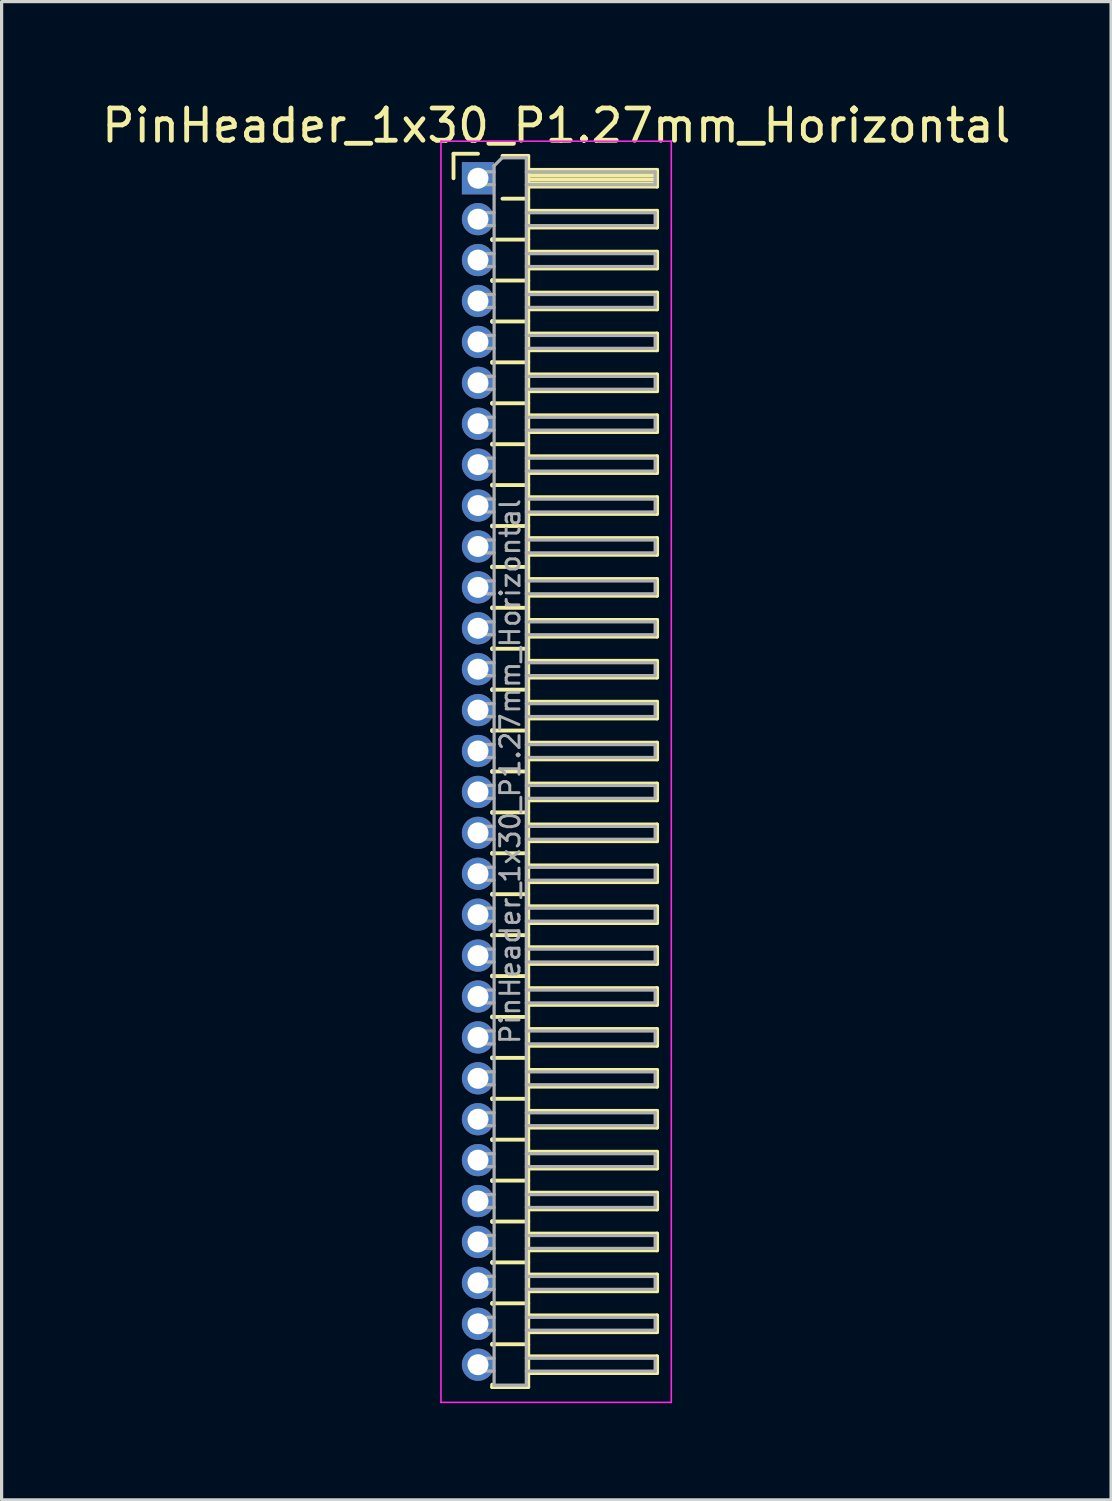
<source format=kicad_pcb>
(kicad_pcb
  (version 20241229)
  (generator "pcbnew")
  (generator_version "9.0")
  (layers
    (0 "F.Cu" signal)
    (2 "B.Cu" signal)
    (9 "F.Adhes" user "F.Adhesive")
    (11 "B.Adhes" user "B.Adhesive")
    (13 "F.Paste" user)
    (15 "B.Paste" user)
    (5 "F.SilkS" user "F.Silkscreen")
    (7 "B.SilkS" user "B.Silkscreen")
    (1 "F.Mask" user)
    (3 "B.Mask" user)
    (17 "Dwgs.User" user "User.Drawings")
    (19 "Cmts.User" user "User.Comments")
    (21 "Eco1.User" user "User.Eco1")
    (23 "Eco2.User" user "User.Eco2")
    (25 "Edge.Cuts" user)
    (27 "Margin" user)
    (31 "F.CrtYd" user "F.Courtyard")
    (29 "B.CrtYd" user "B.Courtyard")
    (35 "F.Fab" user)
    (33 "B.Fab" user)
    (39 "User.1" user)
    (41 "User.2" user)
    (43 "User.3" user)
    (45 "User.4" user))
  (footprint "PinHeader_1x30_P1.27mm_Horizontal"
    (layer "F.Cu")
    (at 11.788 2.483)
    (property "Reference" "PinHeader_1x30_P1.27mm_Horizontal" (at 2.433 -1.635 0) (layer "F.SilkS") (effects (font (size 1 1) (thickness 0.15))))
    (attr through_hole)
    (fp_line (start -0.76 -0.76) (end 0 -0.76) (stroke (width 0.12) (type solid)) (layer "F.SilkS"))
    (fp_line (start -0.76 0) (end -0.76 -0.76) (stroke (width 0.12) (type solid)) (layer "F.SilkS"))
    (fp_line (start 0.44 1.89) (end 0.44 1.92) (stroke (width 0.12) (type solid)) (layer "F.SilkS"))
    (fp_line (start 0.44 1.905) (end 1.56 1.905) (stroke (width 0.12) (type solid)) (layer "F.SilkS"))
    (fp_line (start 0.44 3.16) (end 0.44 3.19) (stroke (width 0.12) (type solid)) (layer "F.SilkS"))
    (fp_line (start 0.44 3.175) (end 1.56 3.175) (stroke (width 0.12) (type solid)) (layer "F.SilkS"))
    (fp_line (start 0.44 4.43) (end 0.44 4.46) (stroke (width 0.12) (type solid)) (layer "F.SilkS"))
    (fp_line (start 0.44 4.445) (end 1.56 4.445) (stroke (width 0.12) (type solid)) (layer "F.SilkS"))
    (fp_line (start 0.44 5.7) (end 0.44 5.73) (stroke (width 0.12) (type solid)) (layer "F.SilkS"))
    (fp_line (start 0.44 5.715) (end 1.56 5.715) (stroke (width 0.12) (type solid)) (layer "F.SilkS"))
    (fp_line (start 0.44 6.97) (end 0.44 7) (stroke (width 0.12) (type solid)) (layer "F.SilkS"))
    (fp_line (start 0.44 6.985) (end 1.56 6.985) (stroke (width 0.12) (type solid)) (layer "F.SilkS"))
    (fp_line (start 0.44 8.24) (end 0.44 8.27) (stroke (width 0.12) (type solid)) (layer "F.SilkS"))
    (fp_line (start 0.44 8.255) (end 1.56 8.255) (stroke (width 0.12) (type solid)) (layer "F.SilkS"))
    (fp_line (start 0.44 9.51) (end 0.44 9.54) (stroke (width 0.12) (type solid)) (layer "F.SilkS"))
    (fp_line (start 0.44 9.525) (end 1.56 9.525) (stroke (width 0.12) (type solid)) (layer "F.SilkS"))
    (fp_line (start 0.44 10.78) (end 0.44 10.81) (stroke (width 0.12) (type solid)) (layer "F.SilkS"))
    (fp_line (start 0.44 10.795) (end 1.56 10.795) (stroke (width 0.12) (type solid)) (layer "F.SilkS"))
    (fp_line (start 0.44 12.05) (end 0.44 12.08) (stroke (width 0.12) (type solid)) (layer "F.SilkS"))
    (fp_line (start 0.44 12.065) (end 1.56 12.065) (stroke (width 0.12) (type solid)) (layer "F.SilkS"))
    (fp_line (start 0.44 13.32) (end 0.44 13.35) (stroke (width 0.12) (type solid)) (layer "F.SilkS"))
    (fp_line (start 0.44 13.335) (end 1.56 13.335) (stroke (width 0.12) (type solid)) (layer "F.SilkS"))
    (fp_line (start 0.44 14.59) (end 0.44 14.62) (stroke (width 0.12) (type solid)) (layer "F.SilkS"))
    (fp_line (start 0.44 14.605) (end 1.56 14.605) (stroke (width 0.12) (type solid)) (layer "F.SilkS"))
    (fp_line (start 0.44 15.86) (end 0.44 15.89) (stroke (width 0.12) (type solid)) (layer "F.SilkS"))
    (fp_line (start 0.44 15.875) (end 1.56 15.875) (stroke (width 0.12) (type solid)) (layer "F.SilkS"))
    (fp_line (start 0.44 17.13) (end 0.44 17.16) (stroke (width 0.12) (type solid)) (layer "F.SilkS"))
    (fp_line (start 0.44 17.145) (end 1.56 17.145) (stroke (width 0.12) (type solid)) (layer "F.SilkS"))
    (fp_line (start 0.44 18.4) (end 0.44 18.43) (stroke (width 0.12) (type solid)) (layer "F.SilkS"))
    (fp_line (start 0.44 18.415) (end 1.56 18.415) (stroke (width 0.12) (type solid)) (layer "F.SilkS"))
    (fp_line (start 0.44 19.67) (end 0.44 19.7) (stroke (width 0.12) (type solid)) (layer "F.SilkS"))
    (fp_line (start 0.44 19.685) (end 1.56 19.685) (stroke (width 0.12) (type solid)) (layer "F.SilkS"))
    (fp_line (start 0.44 20.94) (end 0.44 20.97) (stroke (width 0.12) (type solid)) (layer "F.SilkS"))
    (fp_line (start 0.44 20.955) (end 1.56 20.955) (stroke (width 0.12) (type solid)) (layer "F.SilkS"))
    (fp_line (start 0.44 22.21) (end 0.44 22.24) (stroke (width 0.12) (type solid)) (layer "F.SilkS"))
    (fp_line (start 0.44 22.225) (end 1.56 22.225) (stroke (width 0.12) (type solid)) (layer "F.SilkS"))
    (fp_line (start 0.44 23.48) (end 0.44 23.51) (stroke (width 0.12) (type solid)) (layer "F.SilkS"))
    (fp_line (start 0.44 23.495) (end 1.56 23.495) (stroke (width 0.12) (type solid)) (layer "F.SilkS"))
    (fp_line (start 0.44 24.75) (end 0.44 24.78) (stroke (width 0.12) (type solid)) (layer "F.SilkS"))
    (fp_line (start 0.44 24.765) (end 1.56 24.765) (stroke (width 0.12) (type solid)) (layer "F.SilkS"))
    (fp_line (start 0.44 26.02) (end 0.44 26.05) (stroke (width 0.12) (type solid)) (layer "F.SilkS"))
    (fp_line (start 0.44 26.035) (end 1.56 26.035) (stroke (width 0.12) (type solid)) (layer "F.SilkS"))
    (fp_line (start 0.44 27.29) (end 0.44 27.32) (stroke (width 0.12) (type solid)) (layer "F.SilkS"))
    (fp_line (start 0.44 27.305) (end 1.56 27.305) (stroke (width 0.12) (type solid)) (layer "F.SilkS"))
    (fp_line (start 0.44 28.56) (end 0.44 28.59) (stroke (width 0.12) (type solid)) (layer "F.SilkS"))
    (fp_line (start 0.44 28.575) (end 1.56 28.575) (stroke (width 0.12) (type solid)) (layer "F.SilkS"))
    (fp_line (start 0.44 29.83) (end 0.44 29.86) (stroke (width 0.12) (type solid)) (layer "F.SilkS"))
    (fp_line (start 0.44 29.845) (end 1.56 29.845) (stroke (width 0.12) (type solid)) (layer "F.SilkS"))
    (fp_line (start 0.44 31.1) (end 0.44 31.13) (stroke (width 0.12) (type solid)) (layer "F.SilkS"))
    (fp_line (start 0.44 31.115) (end 1.56 31.115) (stroke (width 0.12) (type solid)) (layer "F.SilkS"))
    (fp_line (start 0.44 32.37) (end 0.44 32.4) (stroke (width 0.12) (type solid)) (layer "F.SilkS"))
    (fp_line (start 0.44 32.385) (end 1.56 32.385) (stroke (width 0.12) (type solid)) (layer "F.SilkS"))
    (fp_line (start 0.44 33.64) (end 0.44 33.67) (stroke (width 0.12) (type solid)) (layer "F.SilkS"))
    (fp_line (start 0.44 33.655) (end 1.56 33.655) (stroke (width 0.12) (type solid)) (layer "F.SilkS"))
    (fp_line (start 0.44 34.91) (end 0.44 34.94) (stroke (width 0.12) (type solid)) (layer "F.SilkS"))
    (fp_line (start 0.44 34.925) (end 1.56 34.925) (stroke (width 0.12) (type solid)) (layer "F.SilkS"))
    (fp_line (start 0.44 36.18) (end 0.44 36.21) (stroke (width 0.12) (type solid)) (layer "F.SilkS"))
    (fp_line (start 0.44 36.195) (end 1.56 36.195) (stroke (width 0.12) (type solid)) (layer "F.SilkS"))
    (fp_line (start 0.44 37.525) (end 0.44 37.45) (stroke (width 0.12) (type solid)) (layer "F.SilkS"))
    (fp_line (start 0.76 -0.695) (end 1.56 -0.695) (stroke (width 0.12) (type solid)) (layer "F.SilkS"))
    (fp_line (start 0.76 0.635) (end 1.56 0.635) (stroke (width 0.12) (type solid)) (layer "F.SilkS"))
    (fp_line (start 1.56 -0.695) (end 1.56 37.525) (stroke (width 0.12) (type solid)) (layer "F.SilkS"))
    (fp_line (start 1.56 -0.26) (end 5.56 -0.26) (stroke (width 0.12) (type solid)) (layer "F.SilkS"))
    (fp_line (start 1.56 -0.2) (end 5.56 -0.2) (stroke (width 0.12) (type solid)) (layer "F.SilkS"))
    (fp_line (start 1.56 -0.08) (end 5.56 -0.08) (stroke (width 0.12) (type solid)) (layer "F.SilkS"))
    (fp_line (start 1.56 0.04) (end 5.56 0.04) (stroke (width 0.12) (type solid)) (layer "F.SilkS"))
    (fp_line (start 1.56 0.16) (end 5.56 0.16) (stroke (width 0.12) (type solid)) (layer "F.SilkS"))
    (fp_line (start 1.56 1.01) (end 5.56 1.01) (stroke (width 0.12) (type solid)) (layer "F.SilkS"))
    (fp_line (start 1.56 2.28) (end 5.56 2.28) (stroke (width 0.12) (type solid)) (layer "F.SilkS"))
    (fp_line (start 1.56 3.55) (end 5.56 3.55) (stroke (width 0.12) (type solid)) (layer "F.SilkS"))
    (fp_line (start 1.56 4.82) (end 5.56 4.82) (stroke (width 0.12) (type solid)) (layer "F.SilkS"))
    (fp_line (start 1.56 6.09) (end 5.56 6.09) (stroke (width 0.12) (type solid)) (layer "F.SilkS"))
    (fp_line (start 1.56 7.36) (end 5.56 7.36) (stroke (width 0.12) (type solid)) (layer "F.SilkS"))
    (fp_line (start 1.56 8.63) (end 5.56 8.63) (stroke (width 0.12) (type solid)) (layer "F.SilkS"))
    (fp_line (start 1.56 9.9) (end 5.56 9.9) (stroke (width 0.12) (type solid)) (layer "F.SilkS"))
    (fp_line (start 1.56 11.17) (end 5.56 11.17) (stroke (width 0.12) (type solid)) (layer "F.SilkS"))
    (fp_line (start 1.56 12.44) (end 5.56 12.44) (stroke (width 0.12) (type solid)) (layer "F.SilkS"))
    (fp_line (start 1.56 13.71) (end 5.56 13.71) (stroke (width 0.12) (type solid)) (layer "F.SilkS"))
    (fp_line (start 1.56 14.98) (end 5.56 14.98) (stroke (width 0.12) (type solid)) (layer "F.SilkS"))
    (fp_line (start 1.56 16.25) (end 5.56 16.25) (stroke (width 0.12) (type solid)) (layer "F.SilkS"))
    (fp_line (start 1.56 17.52) (end 5.56 17.52) (stroke (width 0.12) (type solid)) (layer "F.SilkS"))
    (fp_line (start 1.56 18.79) (end 5.56 18.79) (stroke (width 0.12) (type solid)) (layer "F.SilkS"))
    (fp_line (start 1.56 20.06) (end 5.56 20.06) (stroke (width 0.12) (type solid)) (layer "F.SilkS"))
    (fp_line (start 1.56 21.33) (end 5.56 21.33) (stroke (width 0.12) (type solid)) (layer "F.SilkS"))
    (fp_line (start 1.56 22.6) (end 5.56 22.6) (stroke (width 0.12) (type solid)) (layer "F.SilkS"))
    (fp_line (start 1.56 23.87) (end 5.56 23.87) (stroke (width 0.12) (type solid)) (layer "F.SilkS"))
    (fp_line (start 1.56 25.14) (end 5.56 25.14) (stroke (width 0.12) (type solid)) (layer "F.SilkS"))
    (fp_line (start 1.56 26.41) (end 5.56 26.41) (stroke (width 0.12) (type solid)) (layer "F.SilkS"))
    (fp_line (start 1.56 27.68) (end 5.56 27.68) (stroke (width 0.12) (type solid)) (layer "F.SilkS"))
    (fp_line (start 1.56 28.95) (end 5.56 28.95) (stroke (width 0.12) (type solid)) (layer "F.SilkS"))
    (fp_line (start 1.56 30.22) (end 5.56 30.22) (stroke (width 0.12) (type solid)) (layer "F.SilkS"))
    (fp_line (start 1.56 31.49) (end 5.56 31.49) (stroke (width 0.12) (type solid)) (layer "F.SilkS"))
    (fp_line (start 1.56 32.76) (end 5.56 32.76) (stroke (width 0.12) (type solid)) (layer "F.SilkS"))
    (fp_line (start 1.56 34.03) (end 5.56 34.03) (stroke (width 0.12) (type solid)) (layer "F.SilkS"))
    (fp_line (start 1.56 35.3) (end 5.56 35.3) (stroke (width 0.12) (type solid)) (layer "F.SilkS"))
    (fp_line (start 1.56 36.57) (end 5.56 36.57) (stroke (width 0.12) (type solid)) (layer "F.SilkS"))
    (fp_line (start 1.56 37.525) (end 0.44 37.525) (stroke (width 0.12) (type solid)) (layer "F.SilkS"))
    (fp_line (start 5.56 -0.26) (end 5.56 0.26) (stroke (width 0.12) (type solid)) (layer "F.SilkS"))
    (fp_line (start 5.56 0.26) (end 1.56 0.26) (stroke (width 0.12) (type solid)) (layer "F.SilkS"))
    (fp_line (start 5.56 1.01) (end 5.56 1.53) (stroke (width 0.12) (type solid)) (layer "F.SilkS"))
    (fp_line (start 5.56 1.53) (end 1.56 1.53) (stroke (width 0.12) (type solid)) (layer "F.SilkS"))
    (fp_line (start 5.56 2.28) (end 5.56 2.8) (stroke (width 0.12) (type solid)) (layer "F.SilkS"))
    (fp_line (start 5.56 2.8) (end 1.56 2.8) (stroke (width 0.12) (type solid)) (layer "F.SilkS"))
    (fp_line (start 5.56 3.55) (end 5.56 4.07) (stroke (width 0.12) (type solid)) (layer "F.SilkS"))
    (fp_line (start 5.56 4.07) (end 1.56 4.07) (stroke (width 0.12) (type solid)) (layer "F.SilkS"))
    (fp_line (start 5.56 4.82) (end 5.56 5.34) (stroke (width 0.12) (type solid)) (layer "F.SilkS"))
    (fp_line (start 5.56 5.34) (end 1.56 5.34) (stroke (width 0.12) (type solid)) (layer "F.SilkS"))
    (fp_line (start 5.56 6.09) (end 5.56 6.61) (stroke (width 0.12) (type solid)) (layer "F.SilkS"))
    (fp_line (start 5.56 6.61) (end 1.56 6.61) (stroke (width 0.12) (type solid)) (layer "F.SilkS"))
    (fp_line (start 5.56 7.36) (end 5.56 7.88) (stroke (width 0.12) (type solid)) (layer "F.SilkS"))
    (fp_line (start 5.56 7.88) (end 1.56 7.88) (stroke (width 0.12) (type solid)) (layer "F.SilkS"))
    (fp_line (start 5.56 8.63) (end 5.56 9.15) (stroke (width 0.12) (type solid)) (layer "F.SilkS"))
    (fp_line (start 5.56 9.15) (end 1.56 9.15) (stroke (width 0.12) (type solid)) (layer "F.SilkS"))
    (fp_line (start 5.56 9.9) (end 5.56 10.42) (stroke (width 0.12) (type solid)) (layer "F.SilkS"))
    (fp_line (start 5.56 10.42) (end 1.56 10.42) (stroke (width 0.12) (type solid)) (layer "F.SilkS"))
    (fp_line (start 5.56 11.17) (end 5.56 11.69) (stroke (width 0.12) (type solid)) (layer "F.SilkS"))
    (fp_line (start 5.56 11.69) (end 1.56 11.69) (stroke (width 0.12) (type solid)) (layer "F.SilkS"))
    (fp_line (start 5.56 12.44) (end 5.56 12.96) (stroke (width 0.12) (type solid)) (layer "F.SilkS"))
    (fp_line (start 5.56 12.96) (end 1.56 12.96) (stroke (width 0.12) (type solid)) (layer "F.SilkS"))
    (fp_line (start 5.56 13.71) (end 5.56 14.23) (stroke (width 0.12) (type solid)) (layer "F.SilkS"))
    (fp_line (start 5.56 14.23) (end 1.56 14.23) (stroke (width 0.12) (type solid)) (layer "F.SilkS"))
    (fp_line (start 5.56 14.98) (end 5.56 15.5) (stroke (width 0.12) (type solid)) (layer "F.SilkS"))
    (fp_line (start 5.56 15.5) (end 1.56 15.5) (stroke (width 0.12) (type solid)) (layer "F.SilkS"))
    (fp_line (start 5.56 16.25) (end 5.56 16.77) (stroke (width 0.12) (type solid)) (layer "F.SilkS"))
    (fp_line (start 5.56 16.77) (end 1.56 16.77) (stroke (width 0.12) (type solid)) (layer "F.SilkS"))
    (fp_line (start 5.56 17.52) (end 5.56 18.04) (stroke (width 0.12) (type solid)) (layer "F.SilkS"))
    (fp_line (start 5.56 18.04) (end 1.56 18.04) (stroke (width 0.12) (type solid)) (layer "F.SilkS"))
    (fp_line (start 5.56 18.79) (end 5.56 19.31) (stroke (width 0.12) (type solid)) (layer "F.SilkS"))
    (fp_line (start 5.56 19.31) (end 1.56 19.31) (stroke (width 0.12) (type solid)) (layer "F.SilkS"))
    (fp_line (start 5.56 20.06) (end 5.56 20.58) (stroke (width 0.12) (type solid)) (layer "F.SilkS"))
    (fp_line (start 5.56 20.58) (end 1.56 20.58) (stroke (width 0.12) (type solid)) (layer "F.SilkS"))
    (fp_line (start 5.56 21.33) (end 5.56 21.85) (stroke (width 0.12) (type solid)) (layer "F.SilkS"))
    (fp_line (start 5.56 21.85) (end 1.56 21.85) (stroke (width 0.12) (type solid)) (layer "F.SilkS"))
    (fp_line (start 5.56 22.6) (end 5.56 23.12) (stroke (width 0.12) (type solid)) (layer "F.SilkS"))
    (fp_line (start 5.56 23.12) (end 1.56 23.12) (stroke (width 0.12) (type solid)) (layer "F.SilkS"))
    (fp_line (start 5.56 23.87) (end 5.56 24.39) (stroke (width 0.12) (type solid)) (layer "F.SilkS"))
    (fp_line (start 5.56 24.39) (end 1.56 24.39) (stroke (width 0.12) (type solid)) (layer "F.SilkS"))
    (fp_line (start 5.56 25.14) (end 5.56 25.66) (stroke (width 0.12) (type solid)) (layer "F.SilkS"))
    (fp_line (start 5.56 25.66) (end 1.56 25.66) (stroke (width 0.12) (type solid)) (layer "F.SilkS"))
    (fp_line (start 5.56 26.41) (end 5.56 26.93) (stroke (width 0.12) (type solid)) (layer "F.SilkS"))
    (fp_line (start 5.56 26.93) (end 1.56 26.93) (stroke (width 0.12) (type solid)) (layer "F.SilkS"))
    (fp_line (start 5.56 27.68) (end 5.56 28.2) (stroke (width 0.12) (type solid)) (layer "F.SilkS"))
    (fp_line (start 5.56 28.2) (end 1.56 28.2) (stroke (width 0.12) (type solid)) (layer "F.SilkS"))
    (fp_line (start 5.56 28.95) (end 5.56 29.47) (stroke (width 0.12) (type solid)) (layer "F.SilkS"))
    (fp_line (start 5.56 29.47) (end 1.56 29.47) (stroke (width 0.12) (type solid)) (layer "F.SilkS"))
    (fp_line (start 5.56 30.22) (end 5.56 30.74) (stroke (width 0.12) (type solid)) (layer "F.SilkS"))
    (fp_line (start 5.56 30.74) (end 1.56 30.74) (stroke (width 0.12) (type solid)) (layer "F.SilkS"))
    (fp_line (start 5.56 31.49) (end 5.56 32.01) (stroke (width 0.12) (type solid)) (layer "F.SilkS"))
    (fp_line (start 5.56 32.01) (end 1.56 32.01) (stroke (width 0.12) (type solid)) (layer "F.SilkS"))
    (fp_line (start 5.56 32.76) (end 5.56 33.28) (stroke (width 0.12) (type solid)) (layer "F.SilkS"))
    (fp_line (start 5.56 33.28) (end 1.56 33.28) (stroke (width 0.12) (type solid)) (layer "F.SilkS"))
    (fp_line (start 5.56 34.03) (end 5.56 34.55) (stroke (width 0.12) (type solid)) (layer "F.SilkS"))
    (fp_line (start 5.56 34.55) (end 1.56 34.55) (stroke (width 0.12) (type solid)) (layer "F.SilkS"))
    (fp_line (start 5.56 35.3) (end 5.56 35.82) (stroke (width 0.12) (type solid)) (layer "F.SilkS"))
    (fp_line (start 5.56 35.82) (end 1.56 35.82) (stroke (width 0.12) (type solid)) (layer "F.SilkS"))
    (fp_line (start 5.56 36.57) (end 5.56 37.09) (stroke (width 0.12) (type solid)) (layer "F.SilkS"))
    (fp_line (start 5.56 37.09) (end 1.56 37.09) (stroke (width 0.12) (type solid)) (layer "F.SilkS"))
    (fp_line (start -1.15 -1.15) (end -1.15 38) (stroke (width 0.05) (type solid)) (layer "F.CrtYd"))
    (fp_line (start -1.15 38) (end 6 38) (stroke (width 0.05) (type solid)) (layer "F.CrtYd"))
    (fp_line (start 6 -1.15) (end -1.15 -1.15) (stroke (width 0.05) (type solid)) (layer "F.CrtYd"))
    (fp_line (start 6 38) (end 6 -1.15) (stroke (width 0.05) (type solid)) (layer "F.CrtYd"))
    (fp_line (start -0.2 -0.2) (end -0.2 0.2) (stroke (width 0.1) (type solid)) (layer "F.Fab"))
    (fp_line (start -0.2 -0.2) (end 0.5 -0.2) (stroke (width 0.1) (type solid)) (layer "F.Fab"))
    (fp_line (start -0.2 0.2) (end 0.5 0.2) (stroke (width 0.1) (type solid)) (layer "F.Fab"))
    (fp_line (start -0.2 1.07) (end -0.2 1.47) (stroke (width 0.1) (type solid)) (layer "F.Fab"))
    (fp_line (start -0.2 1.07) (end 0.5 1.07) (stroke (width 0.1) (type solid)) (layer "F.Fab"))
    (fp_line (start -0.2 1.47) (end 0.5 1.47) (stroke (width 0.1) (type solid)) (layer "F.Fab"))
    (fp_line (start -0.2 2.34) (end -0.2 2.74) (stroke (width 0.1) (type solid)) (layer "F.Fab"))
    (fp_line (start -0.2 2.34) (end 0.5 2.34) (stroke (width 0.1) (type solid)) (layer "F.Fab"))
    (fp_line (start -0.2 2.74) (end 0.5 2.74) (stroke (width 0.1) (type solid)) (layer "F.Fab"))
    (fp_line (start -0.2 3.61) (end -0.2 4.01) (stroke (width 0.1) (type solid)) (layer "F.Fab"))
    (fp_line (start -0.2 3.61) (end 0.5 3.61) (stroke (width 0.1) (type solid)) (layer "F.Fab"))
    (fp_line (start -0.2 4.01) (end 0.5 4.01) (stroke (width 0.1) (type solid)) (layer "F.Fab"))
    (fp_line (start -0.2 4.88) (end -0.2 5.28) (stroke (width 0.1) (type solid)) (layer "F.Fab"))
    (fp_line (start -0.2 4.88) (end 0.5 4.88) (stroke (width 0.1) (type solid)) (layer "F.Fab"))
    (fp_line (start -0.2 5.28) (end 0.5 5.28) (stroke (width 0.1) (type solid)) (layer "F.Fab"))
    (fp_line (start -0.2 6.15) (end -0.2 6.55) (stroke (width 0.1) (type solid)) (layer "F.Fab"))
    (fp_line (start -0.2 6.15) (end 0.5 6.15) (stroke (width 0.1) (type solid)) (layer "F.Fab"))
    (fp_line (start -0.2 6.55) (end 0.5 6.55) (stroke (width 0.1) (type solid)) (layer "F.Fab"))
    (fp_line (start -0.2 7.42) (end -0.2 7.82) (stroke (width 0.1) (type solid)) (layer "F.Fab"))
    (fp_line (start -0.2 7.42) (end 0.5 7.42) (stroke (width 0.1) (type solid)) (layer "F.Fab"))
    (fp_line (start -0.2 7.82) (end 0.5 7.82) (stroke (width 0.1) (type solid)) (layer "F.Fab"))
    (fp_line (start -0.2 8.69) (end -0.2 9.09) (stroke (width 0.1) (type solid)) (layer "F.Fab"))
    (fp_line (start -0.2 8.69) (end 0.5 8.69) (stroke (width 0.1) (type solid)) (layer "F.Fab"))
    (fp_line (start -0.2 9.09) (end 0.5 9.09) (stroke (width 0.1) (type solid)) (layer "F.Fab"))
    (fp_line (start -0.2 9.96) (end -0.2 10.36) (stroke (width 0.1) (type solid)) (layer "F.Fab"))
    (fp_line (start -0.2 9.96) (end 0.5 9.96) (stroke (width 0.1) (type solid)) (layer "F.Fab"))
    (fp_line (start -0.2 10.36) (end 0.5 10.36) (stroke (width 0.1) (type solid)) (layer "F.Fab"))
    (fp_line (start -0.2 11.23) (end -0.2 11.63) (stroke (width 0.1) (type solid)) (layer "F.Fab"))
    (fp_line (start -0.2 11.23) (end 0.5 11.23) (stroke (width 0.1) (type solid)) (layer "F.Fab"))
    (fp_line (start -0.2 11.63) (end 0.5 11.63) (stroke (width 0.1) (type solid)) (layer "F.Fab"))
    (fp_line (start -0.2 12.5) (end -0.2 12.9) (stroke (width 0.1) (type solid)) (layer "F.Fab"))
    (fp_line (start -0.2 12.5) (end 0.5 12.5) (stroke (width 0.1) (type solid)) (layer "F.Fab"))
    (fp_line (start -0.2 12.9) (end 0.5 12.9) (stroke (width 0.1) (type solid)) (layer "F.Fab"))
    (fp_line (start -0.2 13.77) (end -0.2 14.17) (stroke (width 0.1) (type solid)) (layer "F.Fab"))
    (fp_line (start -0.2 13.77) (end 0.5 13.77) (stroke (width 0.1) (type solid)) (layer "F.Fab"))
    (fp_line (start -0.2 14.17) (end 0.5 14.17) (stroke (width 0.1) (type solid)) (layer "F.Fab"))
    (fp_line (start -0.2 15.04) (end -0.2 15.44) (stroke (width 0.1) (type solid)) (layer "F.Fab"))
    (fp_line (start -0.2 15.04) (end 0.5 15.04) (stroke (width 0.1) (type solid)) (layer "F.Fab"))
    (fp_line (start -0.2 15.44) (end 0.5 15.44) (stroke (width 0.1) (type solid)) (layer "F.Fab"))
    (fp_line (start -0.2 16.31) (end -0.2 16.71) (stroke (width 0.1) (type solid)) (layer "F.Fab"))
    (fp_line (start -0.2 16.31) (end 0.5 16.31) (stroke (width 0.1) (type solid)) (layer "F.Fab"))
    (fp_line (start -0.2 16.71) (end 0.5 16.71) (stroke (width 0.1) (type solid)) (layer "F.Fab"))
    (fp_line (start -0.2 17.58) (end -0.2 17.98) (stroke (width 0.1) (type solid)) (layer "F.Fab"))
    (fp_line (start -0.2 17.58) (end 0.5 17.58) (stroke (width 0.1) (type solid)) (layer "F.Fab"))
    (fp_line (start -0.2 17.98) (end 0.5 17.98) (stroke (width 0.1) (type solid)) (layer "F.Fab"))
    (fp_line (start -0.2 18.85) (end -0.2 19.25) (stroke (width 0.1) (type solid)) (layer "F.Fab"))
    (fp_line (start -0.2 18.85) (end 0.5 18.85) (stroke (width 0.1) (type solid)) (layer "F.Fab"))
    (fp_line (start -0.2 19.25) (end 0.5 19.25) (stroke (width 0.1) (type solid)) (layer "F.Fab"))
    (fp_line (start -0.2 20.12) (end -0.2 20.52) (stroke (width 0.1) (type solid)) (layer "F.Fab"))
    (fp_line (start -0.2 20.12) (end 0.5 20.12) (stroke (width 0.1) (type solid)) (layer "F.Fab"))
    (fp_line (start -0.2 20.52) (end 0.5 20.52) (stroke (width 0.1) (type solid)) (layer "F.Fab"))
    (fp_line (start -0.2 21.39) (end -0.2 21.79) (stroke (width 0.1) (type solid)) (layer "F.Fab"))
    (fp_line (start -0.2 21.39) (end 0.5 21.39) (stroke (width 0.1) (type solid)) (layer "F.Fab"))
    (fp_line (start -0.2 21.79) (end 0.5 21.79) (stroke (width 0.1) (type solid)) (layer "F.Fab"))
    (fp_line (start -0.2 22.66) (end -0.2 23.06) (stroke (width 0.1) (type solid)) (layer "F.Fab"))
    (fp_line (start -0.2 22.66) (end 0.5 22.66) (stroke (width 0.1) (type solid)) (layer "F.Fab"))
    (fp_line (start -0.2 23.06) (end 0.5 23.06) (stroke (width 0.1) (type solid)) (layer "F.Fab"))
    (fp_line (start -0.2 23.93) (end -0.2 24.33) (stroke (width 0.1) (type solid)) (layer "F.Fab"))
    (fp_line (start -0.2 23.93) (end 0.5 23.93) (stroke (width 0.1) (type solid)) (layer "F.Fab"))
    (fp_line (start -0.2 24.33) (end 0.5 24.33) (stroke (width 0.1) (type solid)) (layer "F.Fab"))
    (fp_line (start -0.2 25.2) (end -0.2 25.6) (stroke (width 0.1) (type solid)) (layer "F.Fab"))
    (fp_line (start -0.2 25.2) (end 0.5 25.2) (stroke (width 0.1) (type solid)) (layer "F.Fab"))
    (fp_line (start -0.2 25.6) (end 0.5 25.6) (stroke (width 0.1) (type solid)) (layer "F.Fab"))
    (fp_line (start -0.2 26.47) (end -0.2 26.87) (stroke (width 0.1) (type solid)) (layer "F.Fab"))
    (fp_line (start -0.2 26.47) (end 0.5 26.47) (stroke (width 0.1) (type solid)) (layer "F.Fab"))
    (fp_line (start -0.2 26.87) (end 0.5 26.87) (stroke (width 0.1) (type solid)) (layer "F.Fab"))
    (fp_line (start -0.2 27.74) (end -0.2 28.14) (stroke (width 0.1) (type solid)) (layer "F.Fab"))
    (fp_line (start -0.2 27.74) (end 0.5 27.74) (stroke (width 0.1) (type solid)) (layer "F.Fab"))
    (fp_line (start -0.2 28.14) (end 0.5 28.14) (stroke (width 0.1) (type solid)) (layer "F.Fab"))
    (fp_line (start -0.2 29.01) (end -0.2 29.41) (stroke (width 0.1) (type solid)) (layer "F.Fab"))
    (fp_line (start -0.2 29.01) (end 0.5 29.01) (stroke (width 0.1) (type solid)) (layer "F.Fab"))
    (fp_line (start -0.2 29.41) (end 0.5 29.41) (stroke (width 0.1) (type solid)) (layer "F.Fab"))
    (fp_line (start -0.2 30.28) (end -0.2 30.68) (stroke (width 0.1) (type solid)) (layer "F.Fab"))
    (fp_line (start -0.2 30.28) (end 0.5 30.28) (stroke (width 0.1) (type solid)) (layer "F.Fab"))
    (fp_line (start -0.2 30.68) (end 0.5 30.68) (stroke (width 0.1) (type solid)) (layer "F.Fab"))
    (fp_line (start -0.2 31.55) (end -0.2 31.95) (stroke (width 0.1) (type solid)) (layer "F.Fab"))
    (fp_line (start -0.2 31.55) (end 0.5 31.55) (stroke (width 0.1) (type solid)) (layer "F.Fab"))
    (fp_line (start -0.2 31.95) (end 0.5 31.95) (stroke (width 0.1) (type solid)) (layer "F.Fab"))
    (fp_line (start -0.2 32.82) (end -0.2 33.22) (stroke (width 0.1) (type solid)) (layer "F.Fab"))
    (fp_line (start -0.2 32.82) (end 0.5 32.82) (stroke (width 0.1) (type solid)) (layer "F.Fab"))
    (fp_line (start -0.2 33.22) (end 0.5 33.22) (stroke (width 0.1) (type solid)) (layer "F.Fab"))
    (fp_line (start -0.2 34.09) (end -0.2 34.49) (stroke (width 0.1) (type solid)) (layer "F.Fab"))
    (fp_line (start -0.2 34.09) (end 0.5 34.09) (stroke (width 0.1) (type solid)) (layer "F.Fab"))
    (fp_line (start -0.2 34.49) (end 0.5 34.49) (stroke (width 0.1) (type solid)) (layer "F.Fab"))
    (fp_line (start -0.2 35.36) (end -0.2 35.76) (stroke (width 0.1) (type solid)) (layer "F.Fab"))
    (fp_line (start -0.2 35.36) (end 0.5 35.36) (stroke (width 0.1) (type solid)) (layer "F.Fab"))
    (fp_line (start -0.2 35.76) (end 0.5 35.76) (stroke (width 0.1) (type solid)) (layer "F.Fab"))
    (fp_line (start -0.2 36.63) (end -0.2 37.03) (stroke (width 0.1) (type solid)) (layer "F.Fab"))
    (fp_line (start -0.2 36.63) (end 0.5 36.63) (stroke (width 0.1) (type solid)) (layer "F.Fab"))
    (fp_line (start -0.2 37.03) (end 0.5 37.03) (stroke (width 0.1) (type solid)) (layer "F.Fab"))
    (fp_line (start 0.5 -0.385) (end 0.75 -0.635) (stroke (width 0.1) (type solid)) (layer "F.Fab"))
    (fp_line (start 0.5 37.465) (end 0.5 -0.385) (stroke (width 0.1) (type solid)) (layer "F.Fab"))
    (fp_line (start 0.75 -0.635) (end 1.5 -0.635) (stroke (width 0.1) (type solid)) (layer "F.Fab"))
    (fp_line (start 1.5 -0.635) (end 1.5 37.465) (stroke (width 0.1) (type solid)) (layer "F.Fab"))
    (fp_line (start 1.5 -0.2) (end 5.5 -0.2) (stroke (width 0.1) (type solid)) (layer "F.Fab"))
    (fp_line (start 1.5 0.2) (end 5.5 0.2) (stroke (width 0.1) (type solid)) (layer "F.Fab"))
    (fp_line (start 1.5 1.07) (end 5.5 1.07) (stroke (width 0.1) (type solid)) (layer "F.Fab"))
    (fp_line (start 1.5 1.47) (end 5.5 1.47) (stroke (width 0.1) (type solid)) (layer "F.Fab"))
    (fp_line (start 1.5 2.34) (end 5.5 2.34) (stroke (width 0.1) (type solid)) (layer "F.Fab"))
    (fp_line (start 1.5 2.74) (end 5.5 2.74) (stroke (width 0.1) (type solid)) (layer "F.Fab"))
    (fp_line (start 1.5 3.61) (end 5.5 3.61) (stroke (width 0.1) (type solid)) (layer "F.Fab"))
    (fp_line (start 1.5 4.01) (end 5.5 4.01) (stroke (width 0.1) (type solid)) (layer "F.Fab"))
    (fp_line (start 1.5 4.88) (end 5.5 4.88) (stroke (width 0.1) (type solid)) (layer "F.Fab"))
    (fp_line (start 1.5 5.28) (end 5.5 5.28) (stroke (width 0.1) (type solid)) (layer "F.Fab"))
    (fp_line (start 1.5 6.15) (end 5.5 6.15) (stroke (width 0.1) (type solid)) (layer "F.Fab"))
    (fp_line (start 1.5 6.55) (end 5.5 6.55) (stroke (width 0.1) (type solid)) (layer "F.Fab"))
    (fp_line (start 1.5 7.42) (end 5.5 7.42) (stroke (width 0.1) (type solid)) (layer "F.Fab"))
    (fp_line (start 1.5 7.82) (end 5.5 7.82) (stroke (width 0.1) (type solid)) (layer "F.Fab"))
    (fp_line (start 1.5 8.69) (end 5.5 8.69) (stroke (width 0.1) (type solid)) (layer "F.Fab"))
    (fp_line (start 1.5 9.09) (end 5.5 9.09) (stroke (width 0.1) (type solid)) (layer "F.Fab"))
    (fp_line (start 1.5 9.96) (end 5.5 9.96) (stroke (width 0.1) (type solid)) (layer "F.Fab"))
    (fp_line (start 1.5 10.36) (end 5.5 10.36) (stroke (width 0.1) (type solid)) (layer "F.Fab"))
    (fp_line (start 1.5 11.23) (end 5.5 11.23) (stroke (width 0.1) (type solid)) (layer "F.Fab"))
    (fp_line (start 1.5 11.63) (end 5.5 11.63) (stroke (width 0.1) (type solid)) (layer "F.Fab"))
    (fp_line (start 1.5 12.5) (end 5.5 12.5) (stroke (width 0.1) (type solid)) (layer "F.Fab"))
    (fp_line (start 1.5 12.9) (end 5.5 12.9) (stroke (width 0.1) (type solid)) (layer "F.Fab"))
    (fp_line (start 1.5 13.77) (end 5.5 13.77) (stroke (width 0.1) (type solid)) (layer "F.Fab"))
    (fp_line (start 1.5 14.17) (end 5.5 14.17) (stroke (width 0.1) (type solid)) (layer "F.Fab"))
    (fp_line (start 1.5 15.04) (end 5.5 15.04) (stroke (width 0.1) (type solid)) (layer "F.Fab"))
    (fp_line (start 1.5 15.44) (end 5.5 15.44) (stroke (width 0.1) (type solid)) (layer "F.Fab"))
    (fp_line (start 1.5 16.31) (end 5.5 16.31) (stroke (width 0.1) (type solid)) (layer "F.Fab"))
    (fp_line (start 1.5 16.71) (end 5.5 16.71) (stroke (width 0.1) (type solid)) (layer "F.Fab"))
    (fp_line (start 1.5 17.58) (end 5.5 17.58) (stroke (width 0.1) (type solid)) (layer "F.Fab"))
    (fp_line (start 1.5 17.98) (end 5.5 17.98) (stroke (width 0.1) (type solid)) (layer "F.Fab"))
    (fp_line (start 1.5 18.85) (end 5.5 18.85) (stroke (width 0.1) (type solid)) (layer "F.Fab"))
    (fp_line (start 1.5 19.25) (end 5.5 19.25) (stroke (width 0.1) (type solid)) (layer "F.Fab"))
    (fp_line (start 1.5 20.12) (end 5.5 20.12) (stroke (width 0.1) (type solid)) (layer "F.Fab"))
    (fp_line (start 1.5 20.52) (end 5.5 20.52) (stroke (width 0.1) (type solid)) (layer "F.Fab"))
    (fp_line (start 1.5 21.39) (end 5.5 21.39) (stroke (width 0.1) (type solid)) (layer "F.Fab"))
    (fp_line (start 1.5 21.79) (end 5.5 21.79) (stroke (width 0.1) (type solid)) (layer "F.Fab"))
    (fp_line (start 1.5 22.66) (end 5.5 22.66) (stroke (width 0.1) (type solid)) (layer "F.Fab"))
    (fp_line (start 1.5 23.06) (end 5.5 23.06) (stroke (width 0.1) (type solid)) (layer "F.Fab"))
    (fp_line (start 1.5 23.93) (end 5.5 23.93) (stroke (width 0.1) (type solid)) (layer "F.Fab"))
    (fp_line (start 1.5 24.33) (end 5.5 24.33) (stroke (width 0.1) (type solid)) (layer "F.Fab"))
    (fp_line (start 1.5 25.2) (end 5.5 25.2) (stroke (width 0.1) (type solid)) (layer "F.Fab"))
    (fp_line (start 1.5 25.6) (end 5.5 25.6) (stroke (width 0.1) (type solid)) (layer "F.Fab"))
    (fp_line (start 1.5 26.47) (end 5.5 26.47) (stroke (width 0.1) (type solid)) (layer "F.Fab"))
    (fp_line (start 1.5 26.87) (end 5.5 26.87) (stroke (width 0.1) (type solid)) (layer "F.Fab"))
    (fp_line (start 1.5 27.74) (end 5.5 27.74) (stroke (width 0.1) (type solid)) (layer "F.Fab"))
    (fp_line (start 1.5 28.14) (end 5.5 28.14) (stroke (width 0.1) (type solid)) (layer "F.Fab"))
    (fp_line (start 1.5 29.01) (end 5.5 29.01) (stroke (width 0.1) (type solid)) (layer "F.Fab"))
    (fp_line (start 1.5 29.41) (end 5.5 29.41) (stroke (width 0.1) (type solid)) (layer "F.Fab"))
    (fp_line (start 1.5 30.28) (end 5.5 30.28) (stroke (width 0.1) (type solid)) (layer "F.Fab"))
    (fp_line (start 1.5 30.68) (end 5.5 30.68) (stroke (width 0.1) (type solid)) (layer "F.Fab"))
    (fp_line (start 1.5 31.55) (end 5.5 31.55) (stroke (width 0.1) (type solid)) (layer "F.Fab"))
    (fp_line (start 1.5 31.95) (end 5.5 31.95) (stroke (width 0.1) (type solid)) (layer "F.Fab"))
    (fp_line (start 1.5 32.82) (end 5.5 32.82) (stroke (width 0.1) (type solid)) (layer "F.Fab"))
    (fp_line (start 1.5 33.22) (end 5.5 33.22) (stroke (width 0.1) (type solid)) (layer "F.Fab"))
    (fp_line (start 1.5 34.09) (end 5.5 34.09) (stroke (width 0.1) (type solid)) (layer "F.Fab"))
    (fp_line (start 1.5 34.49) (end 5.5 34.49) (stroke (width 0.1) (type solid)) (layer "F.Fab"))
    (fp_line (start 1.5 35.36) (end 5.5 35.36) (stroke (width 0.1) (type solid)) (layer "F.Fab"))
    (fp_line (start 1.5 35.76) (end 5.5 35.76) (stroke (width 0.1) (type solid)) (layer "F.Fab"))
    (fp_line (start 1.5 36.63) (end 5.5 36.63) (stroke (width 0.1) (type solid)) (layer "F.Fab"))
    (fp_line (start 1.5 37.03) (end 5.5 37.03) (stroke (width 0.1) (type solid)) (layer "F.Fab"))
    (fp_line (start 1.5 37.465) (end 0.5 37.465) (stroke (width 0.1) (type solid)) (layer "F.Fab"))
    (fp_line (start 5.5 -0.2) (end 5.5 0.2) (stroke (width 0.1) (type solid)) (layer "F.Fab"))
    (fp_line (start 5.5 1.07) (end 5.5 1.47) (stroke (width 0.1) (type solid)) (layer "F.Fab"))
    (fp_line (start 5.5 2.34) (end 5.5 2.74) (stroke (width 0.1) (type solid)) (layer "F.Fab"))
    (fp_line (start 5.5 3.61) (end 5.5 4.01) (stroke (width 0.1) (type solid)) (layer "F.Fab"))
    (fp_line (start 5.5 4.88) (end 5.5 5.28) (stroke (width 0.1) (type solid)) (layer "F.Fab"))
    (fp_line (start 5.5 6.15) (end 5.5 6.55) (stroke (width 0.1) (type solid)) (layer "F.Fab"))
    (fp_line (start 5.5 7.42) (end 5.5 7.82) (stroke (width 0.1) (type solid)) (layer "F.Fab"))
    (fp_line (start 5.5 8.69) (end 5.5 9.09) (stroke (width 0.1) (type solid)) (layer "F.Fab"))
    (fp_line (start 5.5 9.96) (end 5.5 10.36) (stroke (width 0.1) (type solid)) (layer "F.Fab"))
    (fp_line (start 5.5 11.23) (end 5.5 11.63) (stroke (width 0.1) (type solid)) (layer "F.Fab"))
    (fp_line (start 5.5 12.5) (end 5.5 12.9) (stroke (width 0.1) (type solid)) (layer "F.Fab"))
    (fp_line (start 5.5 13.77) (end 5.5 14.17) (stroke (width 0.1) (type solid)) (layer "F.Fab"))
    (fp_line (start 5.5 15.04) (end 5.5 15.44) (stroke (width 0.1) (type solid)) (layer "F.Fab"))
    (fp_line (start 5.5 16.31) (end 5.5 16.71) (stroke (width 0.1) (type solid)) (layer "F.Fab"))
    (fp_line (start 5.5 17.58) (end 5.5 17.98) (stroke (width 0.1) (type solid)) (layer "F.Fab"))
    (fp_line (start 5.5 18.85) (end 5.5 19.25) (stroke (width 0.1) (type solid)) (layer "F.Fab"))
    (fp_line (start 5.5 20.12) (end 5.5 20.52) (stroke (width 0.1) (type solid)) (layer "F.Fab"))
    (fp_line (start 5.5 21.39) (end 5.5 21.79) (stroke (width 0.1) (type solid)) (layer "F.Fab"))
    (fp_line (start 5.5 22.66) (end 5.5 23.06) (stroke (width 0.1) (type solid)) (layer "F.Fab"))
    (fp_line (start 5.5 23.93) (end 5.5 24.33) (stroke (width 0.1) (type solid)) (layer "F.Fab"))
    (fp_line (start 5.5 25.2) (end 5.5 25.6) (stroke (width 0.1) (type solid)) (layer "F.Fab"))
    (fp_line (start 5.5 26.47) (end 5.5 26.87) (stroke (width 0.1) (type solid)) (layer "F.Fab"))
    (fp_line (start 5.5 27.74) (end 5.5 28.14) (stroke (width 0.1) (type solid)) (layer "F.Fab"))
    (fp_line (start 5.5 29.01) (end 5.5 29.41) (stroke (width 0.1) (type solid)) (layer "F.Fab"))
    (fp_line (start 5.5 30.28) (end 5.5 30.68) (stroke (width 0.1) (type solid)) (layer "F.Fab"))
    (fp_line (start 5.5 31.55) (end 5.5 31.95) (stroke (width 0.1) (type solid)) (layer "F.Fab"))
    (fp_line (start 5.5 32.82) (end 5.5 33.22) (stroke (width 0.1) (type solid)) (layer "F.Fab"))
    (fp_line (start 5.5 34.09) (end 5.5 34.49) (stroke (width 0.1) (type solid)) (layer "F.Fab"))
    (fp_line (start 5.5 35.36) (end 5.5 35.76) (stroke (width 0.1) (type solid)) (layer "F.Fab"))
    (fp_line (start 5.5 36.63) (end 5.5 37.03) (stroke (width 0.1) (type solid)) (layer "F.Fab"))
    (fp_text user "${REFERENCE}" (at 1 18.415 90) (layer "F.Fab") (effects (font (size 0.6 0.6) (thickness 0.09))))
    (pad "1" thru_hole rect (at 0 0) (size 1 1) (drill 0.65) (layers "*.Cu" "*.Mask"))
    (pad "2" thru_hole oval (at 0 1.27) (size 1 1) (drill 0.65) (layers "*.Cu" "*.Mask"))
    (pad "3" thru_hole oval (at 0 2.54) (size 1 1) (drill 0.65) (layers "*.Cu" "*.Mask"))
    (pad "4" thru_hole oval (at 0 3.81) (size 1 1) (drill 0.65) (layers "*.Cu" "*.Mask"))
    (pad "5" thru_hole oval (at 0 5.08) (size 1 1) (drill 0.65) (layers "*.Cu" "*.Mask"))
    (pad "6" thru_hole oval (at 0 6.35) (size 1 1) (drill 0.65) (layers "*.Cu" "*.Mask"))
    (pad "7" thru_hole oval (at 0 7.62) (size 1 1) (drill 0.65) (layers "*.Cu" "*.Mask"))
    (pad "8" thru_hole oval (at 0 8.89) (size 1 1) (drill 0.65) (layers "*.Cu" "*.Mask"))
    (pad "9" thru_hole oval (at 0 10.16) (size 1 1) (drill 0.65) (layers "*.Cu" "*.Mask"))
    (pad "10" thru_hole oval (at 0 11.43) (size 1 1) (drill 0.65) (layers "*.Cu" "*.Mask"))
    (pad "11" thru_hole oval (at 0 12.7) (size 1 1) (drill 0.65) (layers "*.Cu" "*.Mask"))
    (pad "12" thru_hole oval (at 0 13.97) (size 1 1) (drill 0.65) (layers "*.Cu" "*.Mask"))
    (pad "13" thru_hole oval (at 0 15.24) (size 1 1) (drill 0.65) (layers "*.Cu" "*.Mask"))
    (pad "14" thru_hole oval (at 0 16.51) (size 1 1) (drill 0.65) (layers "*.Cu" "*.Mask"))
    (pad "15" thru_hole oval (at 0 17.78) (size 1 1) (drill 0.65) (layers "*.Cu" "*.Mask"))
    (pad "16" thru_hole oval (at 0 19.05) (size 1 1) (drill 0.65) (layers "*.Cu" "*.Mask"))
    (pad "17" thru_hole oval (at 0 20.32) (size 1 1) (drill 0.65) (layers "*.Cu" "*.Mask"))
    (pad "18" thru_hole oval (at 0 21.59) (size 1 1) (drill 0.65) (layers "*.Cu" "*.Mask"))
    (pad "19" thru_hole oval (at 0 22.86) (size 1 1) (drill 0.65) (layers "*.Cu" "*.Mask"))
    (pad "20" thru_hole oval (at 0 24.13) (size 1 1) (drill 0.65) (layers "*.Cu" "*.Mask"))
    (pad "21" thru_hole oval (at 0 25.4) (size 1 1) (drill 0.65) (layers "*.Cu" "*.Mask"))
    (pad "22" thru_hole oval (at 0 26.67) (size 1 1) (drill 0.65) (layers "*.Cu" "*.Mask"))
    (pad "23" thru_hole oval (at 0 27.94) (size 1 1) (drill 0.65) (layers "*.Cu" "*.Mask"))
    (pad "24" thru_hole oval (at 0 29.21) (size 1 1) (drill 0.65) (layers "*.Cu" "*.Mask"))
    (pad "25" thru_hole oval (at 0 30.48) (size 1 1) (drill 0.65) (layers "*.Cu" "*.Mask"))
    (pad "26" thru_hole oval (at 0 31.75) (size 1 1) (drill 0.65) (layers "*.Cu" "*.Mask"))
    (pad "27" thru_hole oval (at 0 33.02) (size 1 1) (drill 0.65) (layers "*.Cu" "*.Mask"))
    (pad "28" thru_hole oval (at 0 34.29) (size 1 1) (drill 0.65) (layers "*.Cu" "*.Mask"))
    (pad "29" thru_hole oval (at 0 35.56) (size 1 1) (drill 0.65) (layers "*.Cu" "*.Mask"))
    (pad "30" thru_hole oval (at 0 36.83) (size 1 1) (drill 0.65) (layers "*.Cu" "*.Mask")))
  (gr_rect
    (start -3 -3)
    (end 31.44 43.508)
    (stroke (width 0.1) (type default))
    (fill no)
    (layer "Edge.Cuts")))
</source>
